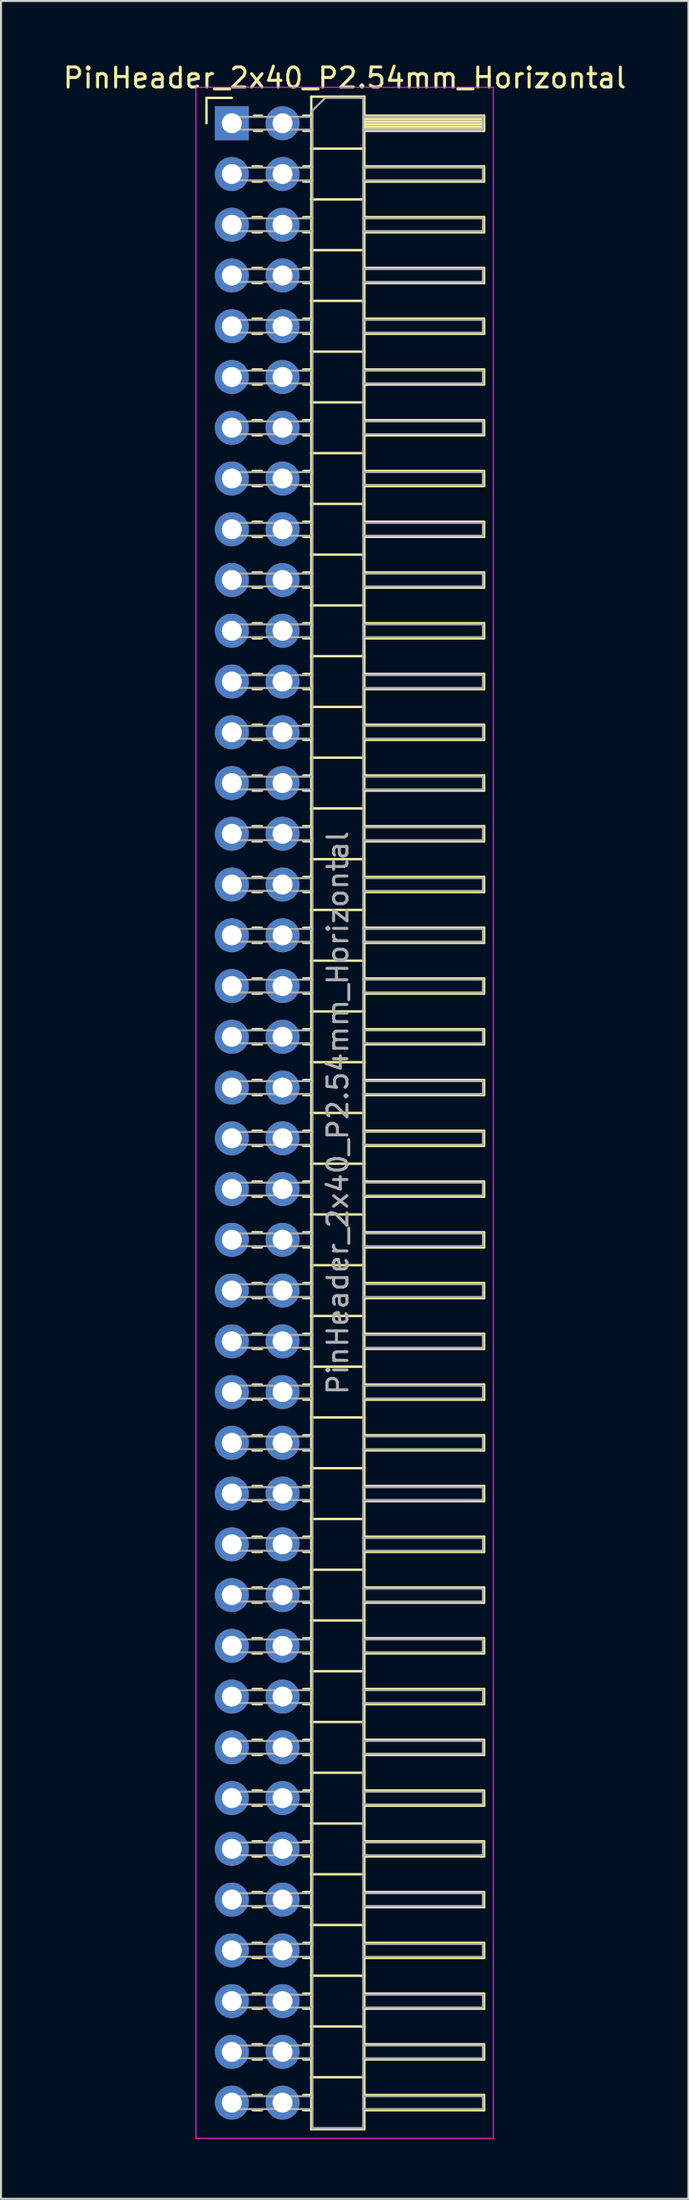
<source format=kicad_pcb>
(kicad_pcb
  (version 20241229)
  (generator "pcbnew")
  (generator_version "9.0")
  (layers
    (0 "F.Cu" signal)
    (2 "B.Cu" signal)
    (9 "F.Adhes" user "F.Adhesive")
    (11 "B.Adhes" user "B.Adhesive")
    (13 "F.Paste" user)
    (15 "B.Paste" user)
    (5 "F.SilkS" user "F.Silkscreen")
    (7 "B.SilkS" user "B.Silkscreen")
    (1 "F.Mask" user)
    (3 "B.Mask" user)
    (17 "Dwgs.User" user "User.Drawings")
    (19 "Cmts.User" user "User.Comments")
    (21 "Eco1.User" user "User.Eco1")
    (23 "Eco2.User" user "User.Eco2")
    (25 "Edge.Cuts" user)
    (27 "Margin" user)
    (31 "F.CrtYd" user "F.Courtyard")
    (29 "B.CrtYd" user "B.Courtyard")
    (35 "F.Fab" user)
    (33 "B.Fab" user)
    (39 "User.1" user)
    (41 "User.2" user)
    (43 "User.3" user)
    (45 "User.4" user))
  (footprint "PinHeader_2x40_P2.54mm_Horizontal"
    (layer "F.Cu")
    (at 8.565 3.118)
    (property "Reference" "PinHeader_2x40_P2.54mm_Horizontal" (at 5.655 -2.27 0) (layer "F.SilkS") (effects (font (size 1 1) (thickness 0.15))))
    (attr through_hole)
    (fp_line (start -1.27 -1.27) (end 0 -1.27) (stroke (width 0.12) (type solid)) (layer "F.SilkS"))
    (fp_line (start -1.27 0) (end -1.27 -1.27) (stroke (width 0.12) (type solid)) (layer "F.SilkS"))
    (fp_line (start 1.043 2.16) (end 1.497 2.16) (stroke (width 0.12) (type solid)) (layer "F.SilkS"))
    (fp_line (start 1.043 2.92) (end 1.497 2.92) (stroke (width 0.12) (type solid)) (layer "F.SilkS"))
    (fp_line (start 1.043 4.7) (end 1.497 4.7) (stroke (width 0.12) (type solid)) (layer "F.SilkS"))
    (fp_line (start 1.043 5.46) (end 1.497 5.46) (stroke (width 0.12) (type solid)) (layer "F.SilkS"))
    (fp_line (start 1.043 7.24) (end 1.497 7.24) (stroke (width 0.12) (type solid)) (layer "F.SilkS"))
    (fp_line (start 1.043 8) (end 1.497 8) (stroke (width 0.12) (type solid)) (layer "F.SilkS"))
    (fp_line (start 1.043 9.78) (end 1.497 9.78) (stroke (width 0.12) (type solid)) (layer "F.SilkS"))
    (fp_line (start 1.043 10.54) (end 1.497 10.54) (stroke (width 0.12) (type solid)) (layer "F.SilkS"))
    (fp_line (start 1.043 12.32) (end 1.497 12.32) (stroke (width 0.12) (type solid)) (layer "F.SilkS"))
    (fp_line (start 1.043 13.08) (end 1.497 13.08) (stroke (width 0.12) (type solid)) (layer "F.SilkS"))
    (fp_line (start 1.043 14.86) (end 1.497 14.86) (stroke (width 0.12) (type solid)) (layer "F.SilkS"))
    (fp_line (start 1.043 15.62) (end 1.497 15.62) (stroke (width 0.12) (type solid)) (layer "F.SilkS"))
    (fp_line (start 1.043 17.4) (end 1.497 17.4) (stroke (width 0.12) (type solid)) (layer "F.SilkS"))
    (fp_line (start 1.043 18.16) (end 1.497 18.16) (stroke (width 0.12) (type solid)) (layer "F.SilkS"))
    (fp_line (start 1.043 19.94) (end 1.497 19.94) (stroke (width 0.12) (type solid)) (layer "F.SilkS"))
    (fp_line (start 1.043 20.7) (end 1.497 20.7) (stroke (width 0.12) (type solid)) (layer "F.SilkS"))
    (fp_line (start 1.043 22.48) (end 1.497 22.48) (stroke (width 0.12) (type solid)) (layer "F.SilkS"))
    (fp_line (start 1.043 23.24) (end 1.497 23.24) (stroke (width 0.12) (type solid)) (layer "F.SilkS"))
    (fp_line (start 1.043 25.02) (end 1.497 25.02) (stroke (width 0.12) (type solid)) (layer "F.SilkS"))
    (fp_line (start 1.043 25.78) (end 1.497 25.78) (stroke (width 0.12) (type solid)) (layer "F.SilkS"))
    (fp_line (start 1.043 27.56) (end 1.497 27.56) (stroke (width 0.12) (type solid)) (layer "F.SilkS"))
    (fp_line (start 1.043 28.32) (end 1.497 28.32) (stroke (width 0.12) (type solid)) (layer "F.SilkS"))
    (fp_line (start 1.043 30.1) (end 1.497 30.1) (stroke (width 0.12) (type solid)) (layer "F.SilkS"))
    (fp_line (start 1.043 30.86) (end 1.497 30.86) (stroke (width 0.12) (type solid)) (layer "F.SilkS"))
    (fp_line (start 1.043 32.64) (end 1.497 32.64) (stroke (width 0.12) (type solid)) (layer "F.SilkS"))
    (fp_line (start 1.043 33.4) (end 1.497 33.4) (stroke (width 0.12) (type solid)) (layer "F.SilkS"))
    (fp_line (start 1.043 35.18) (end 1.497 35.18) (stroke (width 0.12) (type solid)) (layer "F.SilkS"))
    (fp_line (start 1.043 35.94) (end 1.497 35.94) (stroke (width 0.12) (type solid)) (layer "F.SilkS"))
    (fp_line (start 1.043 37.72) (end 1.497 37.72) (stroke (width 0.12) (type solid)) (layer "F.SilkS"))
    (fp_line (start 1.043 38.48) (end 1.497 38.48) (stroke (width 0.12) (type solid)) (layer "F.SilkS"))
    (fp_line (start 1.043 40.26) (end 1.497 40.26) (stroke (width 0.12) (type solid)) (layer "F.SilkS"))
    (fp_line (start 1.043 41.02) (end 1.497 41.02) (stroke (width 0.12) (type solid)) (layer "F.SilkS"))
    (fp_line (start 1.043 42.8) (end 1.497 42.8) (stroke (width 0.12) (type solid)) (layer "F.SilkS"))
    (fp_line (start 1.043 43.56) (end 1.497 43.56) (stroke (width 0.12) (type solid)) (layer "F.SilkS"))
    (fp_line (start 1.043 45.34) (end 1.497 45.34) (stroke (width 0.12) (type solid)) (layer "F.SilkS"))
    (fp_line (start 1.043 46.1) (end 1.497 46.1) (stroke (width 0.12) (type solid)) (layer "F.SilkS"))
    (fp_line (start 1.043 47.88) (end 1.497 47.88) (stroke (width 0.12) (type solid)) (layer "F.SilkS"))
    (fp_line (start 1.043 48.64) (end 1.497 48.64) (stroke (width 0.12) (type solid)) (layer "F.SilkS"))
    (fp_line (start 1.043 50.42) (end 1.497 50.42) (stroke (width 0.12) (type solid)) (layer "F.SilkS"))
    (fp_line (start 1.043 51.18) (end 1.497 51.18) (stroke (width 0.12) (type solid)) (layer "F.SilkS"))
    (fp_line (start 1.043 52.96) (end 1.497 52.96) (stroke (width 0.12) (type solid)) (layer "F.SilkS"))
    (fp_line (start 1.043 53.72) (end 1.497 53.72) (stroke (width 0.12) (type solid)) (layer "F.SilkS"))
    (fp_line (start 1.043 55.5) (end 1.497 55.5) (stroke (width 0.12) (type solid)) (layer "F.SilkS"))
    (fp_line (start 1.043 56.26) (end 1.497 56.26) (stroke (width 0.12) (type solid)) (layer "F.SilkS"))
    (fp_line (start 1.043 58.04) (end 1.497 58.04) (stroke (width 0.12) (type solid)) (layer "F.SilkS"))
    (fp_line (start 1.043 58.8) (end 1.497 58.8) (stroke (width 0.12) (type solid)) (layer "F.SilkS"))
    (fp_line (start 1.043 60.58) (end 1.497 60.58) (stroke (width 0.12) (type solid)) (layer "F.SilkS"))
    (fp_line (start 1.043 61.34) (end 1.497 61.34) (stroke (width 0.12) (type solid)) (layer "F.SilkS"))
    (fp_line (start 1.043 63.12) (end 1.497 63.12) (stroke (width 0.12) (type solid)) (layer "F.SilkS"))
    (fp_line (start 1.043 63.88) (end 1.497 63.88) (stroke (width 0.12) (type solid)) (layer "F.SilkS"))
    (fp_line (start 1.043 65.66) (end 1.497 65.66) (stroke (width 0.12) (type solid)) (layer "F.SilkS"))
    (fp_line (start 1.043 66.42) (end 1.497 66.42) (stroke (width 0.12) (type solid)) (layer "F.SilkS"))
    (fp_line (start 1.043 68.2) (end 1.497 68.2) (stroke (width 0.12) (type solid)) (layer "F.SilkS"))
    (fp_line (start 1.043 68.96) (end 1.497 68.96) (stroke (width 0.12) (type solid)) (layer "F.SilkS"))
    (fp_line (start 1.043 70.74) (end 1.497 70.74) (stroke (width 0.12) (type solid)) (layer "F.SilkS"))
    (fp_line (start 1.043 71.5) (end 1.497 71.5) (stroke (width 0.12) (type solid)) (layer "F.SilkS"))
    (fp_line (start 1.043 73.28) (end 1.497 73.28) (stroke (width 0.12) (type solid)) (layer "F.SilkS"))
    (fp_line (start 1.043 74.04) (end 1.497 74.04) (stroke (width 0.12) (type solid)) (layer "F.SilkS"))
    (fp_line (start 1.043 75.82) (end 1.497 75.82) (stroke (width 0.12) (type solid)) (layer "F.SilkS"))
    (fp_line (start 1.043 76.58) (end 1.497 76.58) (stroke (width 0.12) (type solid)) (layer "F.SilkS"))
    (fp_line (start 1.043 78.36) (end 1.497 78.36) (stroke (width 0.12) (type solid)) (layer "F.SilkS"))
    (fp_line (start 1.043 79.12) (end 1.497 79.12) (stroke (width 0.12) (type solid)) (layer "F.SilkS"))
    (fp_line (start 1.043 80.9) (end 1.497 80.9) (stroke (width 0.12) (type solid)) (layer "F.SilkS"))
    (fp_line (start 1.043 81.66) (end 1.497 81.66) (stroke (width 0.12) (type solid)) (layer "F.SilkS"))
    (fp_line (start 1.043 83.44) (end 1.497 83.44) (stroke (width 0.12) (type solid)) (layer "F.SilkS"))
    (fp_line (start 1.043 84.2) (end 1.497 84.2) (stroke (width 0.12) (type solid)) (layer "F.SilkS"))
    (fp_line (start 1.043 85.98) (end 1.497 85.98) (stroke (width 0.12) (type solid)) (layer "F.SilkS"))
    (fp_line (start 1.043 86.74) (end 1.497 86.74) (stroke (width 0.12) (type solid)) (layer "F.SilkS"))
    (fp_line (start 1.043 88.52) (end 1.497 88.52) (stroke (width 0.12) (type solid)) (layer "F.SilkS"))
    (fp_line (start 1.043 89.28) (end 1.497 89.28) (stroke (width 0.12) (type solid)) (layer "F.SilkS"))
    (fp_line (start 1.043 91.06) (end 1.497 91.06) (stroke (width 0.12) (type solid)) (layer "F.SilkS"))
    (fp_line (start 1.043 91.82) (end 1.497 91.82) (stroke (width 0.12) (type solid)) (layer "F.SilkS"))
    (fp_line (start 1.043 93.6) (end 1.497 93.6) (stroke (width 0.12) (type solid)) (layer "F.SilkS"))
    (fp_line (start 1.043 94.36) (end 1.497 94.36) (stroke (width 0.12) (type solid)) (layer "F.SilkS"))
    (fp_line (start 1.043 96.14) (end 1.497 96.14) (stroke (width 0.12) (type solid)) (layer "F.SilkS"))
    (fp_line (start 1.043 96.9) (end 1.497 96.9) (stroke (width 0.12) (type solid)) (layer "F.SilkS"))
    (fp_line (start 1.043 98.68) (end 1.497 98.68) (stroke (width 0.12) (type solid)) (layer "F.SilkS"))
    (fp_line (start 1.043 99.44) (end 1.497 99.44) (stroke (width 0.12) (type solid)) (layer "F.SilkS"))
    (fp_line (start 1.11 -0.38) (end 1.497 -0.38) (stroke (width 0.12) (type solid)) (layer "F.SilkS"))
    (fp_line (start 1.11 0.38) (end 1.497 0.38) (stroke (width 0.12) (type solid)) (layer "F.SilkS"))
    (fp_line (start 3.583 -0.38) (end 3.98 -0.38) (stroke (width 0.12) (type solid)) (layer "F.SilkS"))
    (fp_line (start 3.583 0.38) (end 3.98 0.38) (stroke (width 0.12) (type solid)) (layer "F.SilkS"))
    (fp_line (start 3.583 2.16) (end 3.98 2.16) (stroke (width 0.12) (type solid)) (layer "F.SilkS"))
    (fp_line (start 3.583 2.92) (end 3.98 2.92) (stroke (width 0.12) (type solid)) (layer "F.SilkS"))
    (fp_line (start 3.583 4.7) (end 3.98 4.7) (stroke (width 0.12) (type solid)) (layer "F.SilkS"))
    (fp_line (start 3.583 5.46) (end 3.98 5.46) (stroke (width 0.12) (type solid)) (layer "F.SilkS"))
    (fp_line (start 3.583 7.24) (end 3.98 7.24) (stroke (width 0.12) (type solid)) (layer "F.SilkS"))
    (fp_line (start 3.583 8) (end 3.98 8) (stroke (width 0.12) (type solid)) (layer "F.SilkS"))
    (fp_line (start 3.583 9.78) (end 3.98 9.78) (stroke (width 0.12) (type solid)) (layer "F.SilkS"))
    (fp_line (start 3.583 10.54) (end 3.98 10.54) (stroke (width 0.12) (type solid)) (layer "F.SilkS"))
    (fp_line (start 3.583 12.32) (end 3.98 12.32) (stroke (width 0.12) (type solid)) (layer "F.SilkS"))
    (fp_line (start 3.583 13.08) (end 3.98 13.08) (stroke (width 0.12) (type solid)) (layer "F.SilkS"))
    (fp_line (start 3.583 14.86) (end 3.98 14.86) (stroke (width 0.12) (type solid)) (layer "F.SilkS"))
    (fp_line (start 3.583 15.62) (end 3.98 15.62) (stroke (width 0.12) (type solid)) (layer "F.SilkS"))
    (fp_line (start 3.583 17.4) (end 3.98 17.4) (stroke (width 0.12) (type solid)) (layer "F.SilkS"))
    (fp_line (start 3.583 18.16) (end 3.98 18.16) (stroke (width 0.12) (type solid)) (layer "F.SilkS"))
    (fp_line (start 3.583 19.94) (end 3.98 19.94) (stroke (width 0.12) (type solid)) (layer "F.SilkS"))
    (fp_line (start 3.583 20.7) (end 3.98 20.7) (stroke (width 0.12) (type solid)) (layer "F.SilkS"))
    (fp_line (start 3.583 22.48) (end 3.98 22.48) (stroke (width 0.12) (type solid)) (layer "F.SilkS"))
    (fp_line (start 3.583 23.24) (end 3.98 23.24) (stroke (width 0.12) (type solid)) (layer "F.SilkS"))
    (fp_line (start 3.583 25.02) (end 3.98 25.02) (stroke (width 0.12) (type solid)) (layer "F.SilkS"))
    (fp_line (start 3.583 25.78) (end 3.98 25.78) (stroke (width 0.12) (type solid)) (layer "F.SilkS"))
    (fp_line (start 3.583 27.56) (end 3.98 27.56) (stroke (width 0.12) (type solid)) (layer "F.SilkS"))
    (fp_line (start 3.583 28.32) (end 3.98 28.32) (stroke (width 0.12) (type solid)) (layer "F.SilkS"))
    (fp_line (start 3.583 30.1) (end 3.98 30.1) (stroke (width 0.12) (type solid)) (layer "F.SilkS"))
    (fp_line (start 3.583 30.86) (end 3.98 30.86) (stroke (width 0.12) (type solid)) (layer "F.SilkS"))
    (fp_line (start 3.583 32.64) (end 3.98 32.64) (stroke (width 0.12) (type solid)) (layer "F.SilkS"))
    (fp_line (start 3.583 33.4) (end 3.98 33.4) (stroke (width 0.12) (type solid)) (layer "F.SilkS"))
    (fp_line (start 3.583 35.18) (end 3.98 35.18) (stroke (width 0.12) (type solid)) (layer "F.SilkS"))
    (fp_line (start 3.583 35.94) (end 3.98 35.94) (stroke (width 0.12) (type solid)) (layer "F.SilkS"))
    (fp_line (start 3.583 37.72) (end 3.98 37.72) (stroke (width 0.12) (type solid)) (layer "F.SilkS"))
    (fp_line (start 3.583 38.48) (end 3.98 38.48) (stroke (width 0.12) (type solid)) (layer "F.SilkS"))
    (fp_line (start 3.583 40.26) (end 3.98 40.26) (stroke (width 0.12) (type solid)) (layer "F.SilkS"))
    (fp_line (start 3.583 41.02) (end 3.98 41.02) (stroke (width 0.12) (type solid)) (layer "F.SilkS"))
    (fp_line (start 3.583 42.8) (end 3.98 42.8) (stroke (width 0.12) (type solid)) (layer "F.SilkS"))
    (fp_line (start 3.583 43.56) (end 3.98 43.56) (stroke (width 0.12) (type solid)) (layer "F.SilkS"))
    (fp_line (start 3.583 45.34) (end 3.98 45.34) (stroke (width 0.12) (type solid)) (layer "F.SilkS"))
    (fp_line (start 3.583 46.1) (end 3.98 46.1) (stroke (width 0.12) (type solid)) (layer "F.SilkS"))
    (fp_line (start 3.583 47.88) (end 3.98 47.88) (stroke (width 0.12) (type solid)) (layer "F.SilkS"))
    (fp_line (start 3.583 48.64) (end 3.98 48.64) (stroke (width 0.12) (type solid)) (layer "F.SilkS"))
    (fp_line (start 3.583 50.42) (end 3.98 50.42) (stroke (width 0.12) (type solid)) (layer "F.SilkS"))
    (fp_line (start 3.583 51.18) (end 3.98 51.18) (stroke (width 0.12) (type solid)) (layer "F.SilkS"))
    (fp_line (start 3.583 52.96) (end 3.98 52.96) (stroke (width 0.12) (type solid)) (layer "F.SilkS"))
    (fp_line (start 3.583 53.72) (end 3.98 53.72) (stroke (width 0.12) (type solid)) (layer "F.SilkS"))
    (fp_line (start 3.583 55.5) (end 3.98 55.5) (stroke (width 0.12) (type solid)) (layer "F.SilkS"))
    (fp_line (start 3.583 56.26) (end 3.98 56.26) (stroke (width 0.12) (type solid)) (layer "F.SilkS"))
    (fp_line (start 3.583 58.04) (end 3.98 58.04) (stroke (width 0.12) (type solid)) (layer "F.SilkS"))
    (fp_line (start 3.583 58.8) (end 3.98 58.8) (stroke (width 0.12) (type solid)) (layer "F.SilkS"))
    (fp_line (start 3.583 60.58) (end 3.98 60.58) (stroke (width 0.12) (type solid)) (layer "F.SilkS"))
    (fp_line (start 3.583 61.34) (end 3.98 61.34) (stroke (width 0.12) (type solid)) (layer "F.SilkS"))
    (fp_line (start 3.583 63.12) (end 3.98 63.12) (stroke (width 0.12) (type solid)) (layer "F.SilkS"))
    (fp_line (start 3.583 63.88) (end 3.98 63.88) (stroke (width 0.12) (type solid)) (layer "F.SilkS"))
    (fp_line (start 3.583 65.66) (end 3.98 65.66) (stroke (width 0.12) (type solid)) (layer "F.SilkS"))
    (fp_line (start 3.583 66.42) (end 3.98 66.42) (stroke (width 0.12) (type solid)) (layer "F.SilkS"))
    (fp_line (start 3.583 68.2) (end 3.98 68.2) (stroke (width 0.12) (type solid)) (layer "F.SilkS"))
    (fp_line (start 3.583 68.96) (end 3.98 68.96) (stroke (width 0.12) (type solid)) (layer "F.SilkS"))
    (fp_line (start 3.583 70.74) (end 3.98 70.74) (stroke (width 0.12) (type solid)) (layer "F.SilkS"))
    (fp_line (start 3.583 71.5) (end 3.98 71.5) (stroke (width 0.12) (type solid)) (layer "F.SilkS"))
    (fp_line (start 3.583 73.28) (end 3.98 73.28) (stroke (width 0.12) (type solid)) (layer "F.SilkS"))
    (fp_line (start 3.583 74.04) (end 3.98 74.04) (stroke (width 0.12) (type solid)) (layer "F.SilkS"))
    (fp_line (start 3.583 75.82) (end 3.98 75.82) (stroke (width 0.12) (type solid)) (layer "F.SilkS"))
    (fp_line (start 3.583 76.58) (end 3.98 76.58) (stroke (width 0.12) (type solid)) (layer "F.SilkS"))
    (fp_line (start 3.583 78.36) (end 3.98 78.36) (stroke (width 0.12) (type solid)) (layer "F.SilkS"))
    (fp_line (start 3.583 79.12) (end 3.98 79.12) (stroke (width 0.12) (type solid)) (layer "F.SilkS"))
    (fp_line (start 3.583 80.9) (end 3.98 80.9) (stroke (width 0.12) (type solid)) (layer "F.SilkS"))
    (fp_line (start 3.583 81.66) (end 3.98 81.66) (stroke (width 0.12) (type solid)) (layer "F.SilkS"))
    (fp_line (start 3.583 83.44) (end 3.98 83.44) (stroke (width 0.12) (type solid)) (layer "F.SilkS"))
    (fp_line (start 3.583 84.2) (end 3.98 84.2) (stroke (width 0.12) (type solid)) (layer "F.SilkS"))
    (fp_line (start 3.583 85.98) (end 3.98 85.98) (stroke (width 0.12) (type solid)) (layer "F.SilkS"))
    (fp_line (start 3.583 86.74) (end 3.98 86.74) (stroke (width 0.12) (type solid)) (layer "F.SilkS"))
    (fp_line (start 3.583 88.52) (end 3.98 88.52) (stroke (width 0.12) (type solid)) (layer "F.SilkS"))
    (fp_line (start 3.583 89.28) (end 3.98 89.28) (stroke (width 0.12) (type solid)) (layer "F.SilkS"))
    (fp_line (start 3.583 91.06) (end 3.98 91.06) (stroke (width 0.12) (type solid)) (layer "F.SilkS"))
    (fp_line (start 3.583 91.82) (end 3.98 91.82) (stroke (width 0.12) (type solid)) (layer "F.SilkS"))
    (fp_line (start 3.583 93.6) (end 3.98 93.6) (stroke (width 0.12) (type solid)) (layer "F.SilkS"))
    (fp_line (start 3.583 94.36) (end 3.98 94.36) (stroke (width 0.12) (type solid)) (layer "F.SilkS"))
    (fp_line (start 3.583 96.14) (end 3.98 96.14) (stroke (width 0.12) (type solid)) (layer "F.SilkS"))
    (fp_line (start 3.583 96.9) (end 3.98 96.9) (stroke (width 0.12) (type solid)) (layer "F.SilkS"))
    (fp_line (start 3.583 98.68) (end 3.98 98.68) (stroke (width 0.12) (type solid)) (layer "F.SilkS"))
    (fp_line (start 3.583 99.44) (end 3.98 99.44) (stroke (width 0.12) (type solid)) (layer "F.SilkS"))
    (fp_line (start 3.98 -1.33) (end 3.98 100.39) (stroke (width 0.12) (type solid)) (layer "F.SilkS"))
    (fp_line (start 3.98 1.27) (end 6.64 1.27) (stroke (width 0.12) (type solid)) (layer "F.SilkS"))
    (fp_line (start 3.98 3.81) (end 6.64 3.81) (stroke (width 0.12) (type solid)) (layer "F.SilkS"))
    (fp_line (start 3.98 6.35) (end 6.64 6.35) (stroke (width 0.12) (type solid)) (layer "F.SilkS"))
    (fp_line (start 3.98 8.89) (end 6.64 8.89) (stroke (width 0.12) (type solid)) (layer "F.SilkS"))
    (fp_line (start 3.98 11.43) (end 6.64 11.43) (stroke (width 0.12) (type solid)) (layer "F.SilkS"))
    (fp_line (start 3.98 13.97) (end 6.64 13.97) (stroke (width 0.12) (type solid)) (layer "F.SilkS"))
    (fp_line (start 3.98 16.51) (end 6.64 16.51) (stroke (width 0.12) (type solid)) (layer "F.SilkS"))
    (fp_line (start 3.98 19.05) (end 6.64 19.05) (stroke (width 0.12) (type solid)) (layer "F.SilkS"))
    (fp_line (start 3.98 21.59) (end 6.64 21.59) (stroke (width 0.12) (type solid)) (layer "F.SilkS"))
    (fp_line (start 3.98 24.13) (end 6.64 24.13) (stroke (width 0.12) (type solid)) (layer "F.SilkS"))
    (fp_line (start 3.98 26.67) (end 6.64 26.67) (stroke (width 0.12) (type solid)) (layer "F.SilkS"))
    (fp_line (start 3.98 29.21) (end 6.64 29.21) (stroke (width 0.12) (type solid)) (layer "F.SilkS"))
    (fp_line (start 3.98 31.75) (end 6.64 31.75) (stroke (width 0.12) (type solid)) (layer "F.SilkS"))
    (fp_line (start 3.98 34.29) (end 6.64 34.29) (stroke (width 0.12) (type solid)) (layer "F.SilkS"))
    (fp_line (start 3.98 36.83) (end 6.64 36.83) (stroke (width 0.12) (type solid)) (layer "F.SilkS"))
    (fp_line (start 3.98 39.37) (end 6.64 39.37) (stroke (width 0.12) (type solid)) (layer "F.SilkS"))
    (fp_line (start 3.98 41.91) (end 6.64 41.91) (stroke (width 0.12) (type solid)) (layer "F.SilkS"))
    (fp_line (start 3.98 44.45) (end 6.64 44.45) (stroke (width 0.12) (type solid)) (layer "F.SilkS"))
    (fp_line (start 3.98 46.99) (end 6.64 46.99) (stroke (width 0.12) (type solid)) (layer "F.SilkS"))
    (fp_line (start 3.98 49.53) (end 6.64 49.53) (stroke (width 0.12) (type solid)) (layer "F.SilkS"))
    (fp_line (start 3.98 52.07) (end 6.64 52.07) (stroke (width 0.12) (type solid)) (layer "F.SilkS"))
    (fp_line (start 3.98 54.61) (end 6.64 54.61) (stroke (width 0.12) (type solid)) (layer "F.SilkS"))
    (fp_line (start 3.98 57.15) (end 6.64 57.15) (stroke (width 0.12) (type solid)) (layer "F.SilkS"))
    (fp_line (start 3.98 59.69) (end 6.64 59.69) (stroke (width 0.12) (type solid)) (layer "F.SilkS"))
    (fp_line (start 3.98 62.23) (end 6.64 62.23) (stroke (width 0.12) (type solid)) (layer "F.SilkS"))
    (fp_line (start 3.98 64.77) (end 6.64 64.77) (stroke (width 0.12) (type solid)) (layer "F.SilkS"))
    (fp_line (start 3.98 67.31) (end 6.64 67.31) (stroke (width 0.12) (type solid)) (layer "F.SilkS"))
    (fp_line (start 3.98 69.85) (end 6.64 69.85) (stroke (width 0.12) (type solid)) (layer "F.SilkS"))
    (fp_line (start 3.98 72.39) (end 6.64 72.39) (stroke (width 0.12) (type solid)) (layer "F.SilkS"))
    (fp_line (start 3.98 74.93) (end 6.64 74.93) (stroke (width 0.12) (type solid)) (layer "F.SilkS"))
    (fp_line (start 3.98 77.47) (end 6.64 77.47) (stroke (width 0.12) (type solid)) (layer "F.SilkS"))
    (fp_line (start 3.98 80.01) (end 6.64 80.01) (stroke (width 0.12) (type solid)) (layer "F.SilkS"))
    (fp_line (start 3.98 82.55) (end 6.64 82.55) (stroke (width 0.12) (type solid)) (layer "F.SilkS"))
    (fp_line (start 3.98 85.09) (end 6.64 85.09) (stroke (width 0.12) (type solid)) (layer "F.SilkS"))
    (fp_line (start 3.98 87.63) (end 6.64 87.63) (stroke (width 0.12) (type solid)) (layer "F.SilkS"))
    (fp_line (start 3.98 90.17) (end 6.64 90.17) (stroke (width 0.12) (type solid)) (layer "F.SilkS"))
    (fp_line (start 3.98 92.71) (end 6.64 92.71) (stroke (width 0.12) (type solid)) (layer "F.SilkS"))
    (fp_line (start 3.98 95.25) (end 6.64 95.25) (stroke (width 0.12) (type solid)) (layer "F.SilkS"))
    (fp_line (start 3.98 97.79) (end 6.64 97.79) (stroke (width 0.12) (type solid)) (layer "F.SilkS"))
    (fp_line (start 3.98 100.39) (end 6.64 100.39) (stroke (width 0.12) (type solid)) (layer "F.SilkS"))
    (fp_line (start 6.64 -1.33) (end 3.98 -1.33) (stroke (width 0.12) (type solid)) (layer "F.SilkS"))
    (fp_line (start 6.64 -0.38) (end 12.64 -0.38) (stroke (width 0.12) (type solid)) (layer "F.SilkS"))
    (fp_line (start 6.64 -0.32) (end 12.64 -0.32) (stroke (width 0.12) (type solid)) (layer "F.SilkS"))
    (fp_line (start 6.64 -0.2) (end 12.64 -0.2) (stroke (width 0.12) (type solid)) (layer "F.SilkS"))
    (fp_line (start 6.64 -0.08) (end 12.64 -0.08) (stroke (width 0.12) (type solid)) (layer "F.SilkS"))
    (fp_line (start 6.64 0.04) (end 12.64 0.04) (stroke (width 0.12) (type solid)) (layer "F.SilkS"))
    (fp_line (start 6.64 0.16) (end 12.64 0.16) (stroke (width 0.12) (type solid)) (layer "F.SilkS"))
    (fp_line (start 6.64 0.28) (end 12.64 0.28) (stroke (width 0.12) (type solid)) (layer "F.SilkS"))
    (fp_line (start 6.64 2.16) (end 12.64 2.16) (stroke (width 0.12) (type solid)) (layer "F.SilkS"))
    (fp_line (start 6.64 4.7) (end 12.64 4.7) (stroke (width 0.12) (type solid)) (layer "F.SilkS"))
    (fp_line (start 6.64 7.24) (end 12.64 7.24) (stroke (width 0.12) (type solid)) (layer "F.SilkS"))
    (fp_line (start 6.64 9.78) (end 12.64 9.78) (stroke (width 0.12) (type solid)) (layer "F.SilkS"))
    (fp_line (start 6.64 12.32) (end 12.64 12.32) (stroke (width 0.12) (type solid)) (layer "F.SilkS"))
    (fp_line (start 6.64 14.86) (end 12.64 14.86) (stroke (width 0.12) (type solid)) (layer "F.SilkS"))
    (fp_line (start 6.64 17.4) (end 12.64 17.4) (stroke (width 0.12) (type solid)) (layer "F.SilkS"))
    (fp_line (start 6.64 19.94) (end 12.64 19.94) (stroke (width 0.12) (type solid)) (layer "F.SilkS"))
    (fp_line (start 6.64 22.48) (end 12.64 22.48) (stroke (width 0.12) (type solid)) (layer "F.SilkS"))
    (fp_line (start 6.64 25.02) (end 12.64 25.02) (stroke (width 0.12) (type solid)) (layer "F.SilkS"))
    (fp_line (start 6.64 27.56) (end 12.64 27.56) (stroke (width 0.12) (type solid)) (layer "F.SilkS"))
    (fp_line (start 6.64 30.1) (end 12.64 30.1) (stroke (width 0.12) (type solid)) (layer "F.SilkS"))
    (fp_line (start 6.64 32.64) (end 12.64 32.64) (stroke (width 0.12) (type solid)) (layer "F.SilkS"))
    (fp_line (start 6.64 35.18) (end 12.64 35.18) (stroke (width 0.12) (type solid)) (layer "F.SilkS"))
    (fp_line (start 6.64 37.72) (end 12.64 37.72) (stroke (width 0.12) (type solid)) (layer "F.SilkS"))
    (fp_line (start 6.64 40.26) (end 12.64 40.26) (stroke (width 0.12) (type solid)) (layer "F.SilkS"))
    (fp_line (start 6.64 42.8) (end 12.64 42.8) (stroke (width 0.12) (type solid)) (layer "F.SilkS"))
    (fp_line (start 6.64 45.34) (end 12.64 45.34) (stroke (width 0.12) (type solid)) (layer "F.SilkS"))
    (fp_line (start 6.64 47.88) (end 12.64 47.88) (stroke (width 0.12) (type solid)) (layer "F.SilkS"))
    (fp_line (start 6.64 50.42) (end 12.64 50.42) (stroke (width 0.12) (type solid)) (layer "F.SilkS"))
    (fp_line (start 6.64 52.96) (end 12.64 52.96) (stroke (width 0.12) (type solid)) (layer "F.SilkS"))
    (fp_line (start 6.64 55.5) (end 12.64 55.5) (stroke (width 0.12) (type solid)) (layer "F.SilkS"))
    (fp_line (start 6.64 58.04) (end 12.64 58.04) (stroke (width 0.12) (type solid)) (layer "F.SilkS"))
    (fp_line (start 6.64 60.58) (end 12.64 60.58) (stroke (width 0.12) (type solid)) (layer "F.SilkS"))
    (fp_line (start 6.64 63.12) (end 12.64 63.12) (stroke (width 0.12) (type solid)) (layer "F.SilkS"))
    (fp_line (start 6.64 65.66) (end 12.64 65.66) (stroke (width 0.12) (type solid)) (layer "F.SilkS"))
    (fp_line (start 6.64 68.2) (end 12.64 68.2) (stroke (width 0.12) (type solid)) (layer "F.SilkS"))
    (fp_line (start 6.64 70.74) (end 12.64 70.74) (stroke (width 0.12) (type solid)) (layer "F.SilkS"))
    (fp_line (start 6.64 73.28) (end 12.64 73.28) (stroke (width 0.12) (type solid)) (layer "F.SilkS"))
    (fp_line (start 6.64 75.82) (end 12.64 75.82) (stroke (width 0.12) (type solid)) (layer "F.SilkS"))
    (fp_line (start 6.64 78.36) (end 12.64 78.36) (stroke (width 0.12) (type solid)) (layer "F.SilkS"))
    (fp_line (start 6.64 80.9) (end 12.64 80.9) (stroke (width 0.12) (type solid)) (layer "F.SilkS"))
    (fp_line (start 6.64 83.44) (end 12.64 83.44) (stroke (width 0.12) (type solid)) (layer "F.SilkS"))
    (fp_line (start 6.64 85.98) (end 12.64 85.98) (stroke (width 0.12) (type solid)) (layer "F.SilkS"))
    (fp_line (start 6.64 88.52) (end 12.64 88.52) (stroke (width 0.12) (type solid)) (layer "F.SilkS"))
    (fp_line (start 6.64 91.06) (end 12.64 91.06) (stroke (width 0.12) (type solid)) (layer "F.SilkS"))
    (fp_line (start 6.64 93.6) (end 12.64 93.6) (stroke (width 0.12) (type solid)) (layer "F.SilkS"))
    (fp_line (start 6.64 96.14) (end 12.64 96.14) (stroke (width 0.12) (type solid)) (layer "F.SilkS"))
    (fp_line (start 6.64 98.68) (end 12.64 98.68) (stroke (width 0.12) (type solid)) (layer "F.SilkS"))
    (fp_line (start 6.64 100.39) (end 6.64 -1.33) (stroke (width 0.12) (type solid)) (layer "F.SilkS"))
    (fp_line (start 12.64 -0.38) (end 12.64 0.38) (stroke (width 0.12) (type solid)) (layer "F.SilkS"))
    (fp_line (start 12.64 0.38) (end 6.64 0.38) (stroke (width 0.12) (type solid)) (layer "F.SilkS"))
    (fp_line (start 12.64 2.16) (end 12.64 2.92) (stroke (width 0.12) (type solid)) (layer "F.SilkS"))
    (fp_line (start 12.64 2.92) (end 6.64 2.92) (stroke (width 0.12) (type solid)) (layer "F.SilkS"))
    (fp_line (start 12.64 4.7) (end 12.64 5.46) (stroke (width 0.12) (type solid)) (layer "F.SilkS"))
    (fp_line (start 12.64 5.46) (end 6.64 5.46) (stroke (width 0.12) (type solid)) (layer "F.SilkS"))
    (fp_line (start 12.64 7.24) (end 12.64 8) (stroke (width 0.12) (type solid)) (layer "F.SilkS"))
    (fp_line (start 12.64 8) (end 6.64 8) (stroke (width 0.12) (type solid)) (layer "F.SilkS"))
    (fp_line (start 12.64 9.78) (end 12.64 10.54) (stroke (width 0.12) (type solid)) (layer "F.SilkS"))
    (fp_line (start 12.64 10.54) (end 6.64 10.54) (stroke (width 0.12) (type solid)) (layer "F.SilkS"))
    (fp_line (start 12.64 12.32) (end 12.64 13.08) (stroke (width 0.12) (type solid)) (layer "F.SilkS"))
    (fp_line (start 12.64 13.08) (end 6.64 13.08) (stroke (width 0.12) (type solid)) (layer "F.SilkS"))
    (fp_line (start 12.64 14.86) (end 12.64 15.62) (stroke (width 0.12) (type solid)) (layer "F.SilkS"))
    (fp_line (start 12.64 15.62) (end 6.64 15.62) (stroke (width 0.12) (type solid)) (layer "F.SilkS"))
    (fp_line (start 12.64 17.4) (end 12.64 18.16) (stroke (width 0.12) (type solid)) (layer "F.SilkS"))
    (fp_line (start 12.64 18.16) (end 6.64 18.16) (stroke (width 0.12) (type solid)) (layer "F.SilkS"))
    (fp_line (start 12.64 19.94) (end 12.64 20.7) (stroke (width 0.12) (type solid)) (layer "F.SilkS"))
    (fp_line (start 12.64 20.7) (end 6.64 20.7) (stroke (width 0.12) (type solid)) (layer "F.SilkS"))
    (fp_line (start 12.64 22.48) (end 12.64 23.24) (stroke (width 0.12) (type solid)) (layer "F.SilkS"))
    (fp_line (start 12.64 23.24) (end 6.64 23.24) (stroke (width 0.12) (type solid)) (layer "F.SilkS"))
    (fp_line (start 12.64 25.02) (end 12.64 25.78) (stroke (width 0.12) (type solid)) (layer "F.SilkS"))
    (fp_line (start 12.64 25.78) (end 6.64 25.78) (stroke (width 0.12) (type solid)) (layer "F.SilkS"))
    (fp_line (start 12.64 27.56) (end 12.64 28.32) (stroke (width 0.12) (type solid)) (layer "F.SilkS"))
    (fp_line (start 12.64 28.32) (end 6.64 28.32) (stroke (width 0.12) (type solid)) (layer "F.SilkS"))
    (fp_line (start 12.64 30.1) (end 12.64 30.86) (stroke (width 0.12) (type solid)) (layer "F.SilkS"))
    (fp_line (start 12.64 30.86) (end 6.64 30.86) (stroke (width 0.12) (type solid)) (layer "F.SilkS"))
    (fp_line (start 12.64 32.64) (end 12.64 33.4) (stroke (width 0.12) (type solid)) (layer "F.SilkS"))
    (fp_line (start 12.64 33.4) (end 6.64 33.4) (stroke (width 0.12) (type solid)) (layer "F.SilkS"))
    (fp_line (start 12.64 35.18) (end 12.64 35.94) (stroke (width 0.12) (type solid)) (layer "F.SilkS"))
    (fp_line (start 12.64 35.94) (end 6.64 35.94) (stroke (width 0.12) (type solid)) (layer "F.SilkS"))
    (fp_line (start 12.64 37.72) (end 12.64 38.48) (stroke (width 0.12) (type solid)) (layer "F.SilkS"))
    (fp_line (start 12.64 38.48) (end 6.64 38.48) (stroke (width 0.12) (type solid)) (layer "F.SilkS"))
    (fp_line (start 12.64 40.26) (end 12.64 41.02) (stroke (width 0.12) (type solid)) (layer "F.SilkS"))
    (fp_line (start 12.64 41.02) (end 6.64 41.02) (stroke (width 0.12) (type solid)) (layer "F.SilkS"))
    (fp_line (start 12.64 42.8) (end 12.64 43.56) (stroke (width 0.12) (type solid)) (layer "F.SilkS"))
    (fp_line (start 12.64 43.56) (end 6.64 43.56) (stroke (width 0.12) (type solid)) (layer "F.SilkS"))
    (fp_line (start 12.64 45.34) (end 12.64 46.1) (stroke (width 0.12) (type solid)) (layer "F.SilkS"))
    (fp_line (start 12.64 46.1) (end 6.64 46.1) (stroke (width 0.12) (type solid)) (layer "F.SilkS"))
    (fp_line (start 12.64 47.88) (end 12.64 48.64) (stroke (width 0.12) (type solid)) (layer "F.SilkS"))
    (fp_line (start 12.64 48.64) (end 6.64 48.64) (stroke (width 0.12) (type solid)) (layer "F.SilkS"))
    (fp_line (start 12.64 50.42) (end 12.64 51.18) (stroke (width 0.12) (type solid)) (layer "F.SilkS"))
    (fp_line (start 12.64 51.18) (end 6.64 51.18) (stroke (width 0.12) (type solid)) (layer "F.SilkS"))
    (fp_line (start 12.64 52.96) (end 12.64 53.72) (stroke (width 0.12) (type solid)) (layer "F.SilkS"))
    (fp_line (start 12.64 53.72) (end 6.64 53.72) (stroke (width 0.12) (type solid)) (layer "F.SilkS"))
    (fp_line (start 12.64 55.5) (end 12.64 56.26) (stroke (width 0.12) (type solid)) (layer "F.SilkS"))
    (fp_line (start 12.64 56.26) (end 6.64 56.26) (stroke (width 0.12) (type solid)) (layer "F.SilkS"))
    (fp_line (start 12.64 58.04) (end 12.64 58.8) (stroke (width 0.12) (type solid)) (layer "F.SilkS"))
    (fp_line (start 12.64 58.8) (end 6.64 58.8) (stroke (width 0.12) (type solid)) (layer "F.SilkS"))
    (fp_line (start 12.64 60.58) (end 12.64 61.34) (stroke (width 0.12) (type solid)) (layer "F.SilkS"))
    (fp_line (start 12.64 61.34) (end 6.64 61.34) (stroke (width 0.12) (type solid)) (layer "F.SilkS"))
    (fp_line (start 12.64 63.12) (end 12.64 63.88) (stroke (width 0.12) (type solid)) (layer "F.SilkS"))
    (fp_line (start 12.64 63.88) (end 6.64 63.88) (stroke (width 0.12) (type solid)) (layer "F.SilkS"))
    (fp_line (start 12.64 65.66) (end 12.64 66.42) (stroke (width 0.12) (type solid)) (layer "F.SilkS"))
    (fp_line (start 12.64 66.42) (end 6.64 66.42) (stroke (width 0.12) (type solid)) (layer "F.SilkS"))
    (fp_line (start 12.64 68.2) (end 12.64 68.96) (stroke (width 0.12) (type solid)) (layer "F.SilkS"))
    (fp_line (start 12.64 68.96) (end 6.64 68.96) (stroke (width 0.12) (type solid)) (layer "F.SilkS"))
    (fp_line (start 12.64 70.74) (end 12.64 71.5) (stroke (width 0.12) (type solid)) (layer "F.SilkS"))
    (fp_line (start 12.64 71.5) (end 6.64 71.5) (stroke (width 0.12) (type solid)) (layer "F.SilkS"))
    (fp_line (start 12.64 73.28) (end 12.64 74.04) (stroke (width 0.12) (type solid)) (layer "F.SilkS"))
    (fp_line (start 12.64 74.04) (end 6.64 74.04) (stroke (width 0.12) (type solid)) (layer "F.SilkS"))
    (fp_line (start 12.64 75.82) (end 12.64 76.58) (stroke (width 0.12) (type solid)) (layer "F.SilkS"))
    (fp_line (start 12.64 76.58) (end 6.64 76.58) (stroke (width 0.12) (type solid)) (layer "F.SilkS"))
    (fp_line (start 12.64 78.36) (end 12.64 79.12) (stroke (width 0.12) (type solid)) (layer "F.SilkS"))
    (fp_line (start 12.64 79.12) (end 6.64 79.12) (stroke (width 0.12) (type solid)) (layer "F.SilkS"))
    (fp_line (start 12.64 80.9) (end 12.64 81.66) (stroke (width 0.12) (type solid)) (layer "F.SilkS"))
    (fp_line (start 12.64 81.66) (end 6.64 81.66) (stroke (width 0.12) (type solid)) (layer "F.SilkS"))
    (fp_line (start 12.64 83.44) (end 12.64 84.2) (stroke (width 0.12) (type solid)) (layer "F.SilkS"))
    (fp_line (start 12.64 84.2) (end 6.64 84.2) (stroke (width 0.12) (type solid)) (layer "F.SilkS"))
    (fp_line (start 12.64 85.98) (end 12.64 86.74) (stroke (width 0.12) (type solid)) (layer "F.SilkS"))
    (fp_line (start 12.64 86.74) (end 6.64 86.74) (stroke (width 0.12) (type solid)) (layer "F.SilkS"))
    (fp_line (start 12.64 88.52) (end 12.64 89.28) (stroke (width 0.12) (type solid)) (layer "F.SilkS"))
    (fp_line (start 12.64 89.28) (end 6.64 89.28) (stroke (width 0.12) (type solid)) (layer "F.SilkS"))
    (fp_line (start 12.64 91.06) (end 12.64 91.82) (stroke (width 0.12) (type solid)) (layer "F.SilkS"))
    (fp_line (start 12.64 91.82) (end 6.64 91.82) (stroke (width 0.12) (type solid)) (layer "F.SilkS"))
    (fp_line (start 12.64 93.6) (end 12.64 94.36) (stroke (width 0.12) (type solid)) (layer "F.SilkS"))
    (fp_line (start 12.64 94.36) (end 6.64 94.36) (stroke (width 0.12) (type solid)) (layer "F.SilkS"))
    (fp_line (start 12.64 96.14) (end 12.64 96.9) (stroke (width 0.12) (type solid)) (layer "F.SilkS"))
    (fp_line (start 12.64 96.9) (end 6.64 96.9) (stroke (width 0.12) (type solid)) (layer "F.SilkS"))
    (fp_line (start 12.64 98.68) (end 12.64 99.44) (stroke (width 0.12) (type solid)) (layer "F.SilkS"))
    (fp_line (start 12.64 99.44) (end 6.64 99.44) (stroke (width 0.12) (type solid)) (layer "F.SilkS"))
    (fp_line (start -1.8 -1.8) (end -1.8 100.85) (stroke (width 0.05) (type solid)) (layer "F.CrtYd"))
    (fp_line (start -1.8 100.85) (end 13.1 100.85) (stroke (width 0.05) (type solid)) (layer "F.CrtYd"))
    (fp_line (start 13.1 -1.8) (end -1.8 -1.8) (stroke (width 0.05) (type solid)) (layer "F.CrtYd"))
    (fp_line (start 13.1 100.85) (end 13.1 -1.8) (stroke (width 0.05) (type solid)) (layer "F.CrtYd"))
    (fp_line (start -0.32 -0.32) (end -0.32 0.32) (stroke (width 0.1) (type solid)) (layer "F.Fab"))
    (fp_line (start -0.32 -0.32) (end 4.04 -0.32) (stroke (width 0.1) (type solid)) (layer "F.Fab"))
    (fp_line (start -0.32 0.32) (end 4.04 0.32) (stroke (width 0.1) (type solid)) (layer "F.Fab"))
    (fp_line (start -0.32 2.22) (end -0.32 2.86) (stroke (width 0.1) (type solid)) (layer "F.Fab"))
    (fp_line (start -0.32 2.22) (end 4.04 2.22) (stroke (width 0.1) (type solid)) (layer "F.Fab"))
    (fp_line (start -0.32 2.86) (end 4.04 2.86) (stroke (width 0.1) (type solid)) (layer "F.Fab"))
    (fp_line (start -0.32 4.76) (end -0.32 5.4) (stroke (width 0.1) (type solid)) (layer "F.Fab"))
    (fp_line (start -0.32 4.76) (end 4.04 4.76) (stroke (width 0.1) (type solid)) (layer "F.Fab"))
    (fp_line (start -0.32 5.4) (end 4.04 5.4) (stroke (width 0.1) (type solid)) (layer "F.Fab"))
    (fp_line (start -0.32 7.3) (end -0.32 7.94) (stroke (width 0.1) (type solid)) (layer "F.Fab"))
    (fp_line (start -0.32 7.3) (end 4.04 7.3) (stroke (width 0.1) (type solid)) (layer "F.Fab"))
    (fp_line (start -0.32 7.94) (end 4.04 7.94) (stroke (width 0.1) (type solid)) (layer "F.Fab"))
    (fp_line (start -0.32 9.84) (end -0.32 10.48) (stroke (width 0.1) (type solid)) (layer "F.Fab"))
    (fp_line (start -0.32 9.84) (end 4.04 9.84) (stroke (width 0.1) (type solid)) (layer "F.Fab"))
    (fp_line (start -0.32 10.48) (end 4.04 10.48) (stroke (width 0.1) (type solid)) (layer "F.Fab"))
    (fp_line (start -0.32 12.38) (end -0.32 13.02) (stroke (width 0.1) (type solid)) (layer "F.Fab"))
    (fp_line (start -0.32 12.38) (end 4.04 12.38) (stroke (width 0.1) (type solid)) (layer "F.Fab"))
    (fp_line (start -0.32 13.02) (end 4.04 13.02) (stroke (width 0.1) (type solid)) (layer "F.Fab"))
    (fp_line (start -0.32 14.92) (end -0.32 15.56) (stroke (width 0.1) (type solid)) (layer "F.Fab"))
    (fp_line (start -0.32 14.92) (end 4.04 14.92) (stroke (width 0.1) (type solid)) (layer "F.Fab"))
    (fp_line (start -0.32 15.56) (end 4.04 15.56) (stroke (width 0.1) (type solid)) (layer "F.Fab"))
    (fp_line (start -0.32 17.46) (end -0.32 18.1) (stroke (width 0.1) (type solid)) (layer "F.Fab"))
    (fp_line (start -0.32 17.46) (end 4.04 17.46) (stroke (width 0.1) (type solid)) (layer "F.Fab"))
    (fp_line (start -0.32 18.1) (end 4.04 18.1) (stroke (width 0.1) (type solid)) (layer "F.Fab"))
    (fp_line (start -0.32 20) (end -0.32 20.64) (stroke (width 0.1) (type solid)) (layer "F.Fab"))
    (fp_line (start -0.32 20) (end 4.04 20) (stroke (width 0.1) (type solid)) (layer "F.Fab"))
    (fp_line (start -0.32 20.64) (end 4.04 20.64) (stroke (width 0.1) (type solid)) (layer "F.Fab"))
    (fp_line (start -0.32 22.54) (end -0.32 23.18) (stroke (width 0.1) (type solid)) (layer "F.Fab"))
    (fp_line (start -0.32 22.54) (end 4.04 22.54) (stroke (width 0.1) (type solid)) (layer "F.Fab"))
    (fp_line (start -0.32 23.18) (end 4.04 23.18) (stroke (width 0.1) (type solid)) (layer "F.Fab"))
    (fp_line (start -0.32 25.08) (end -0.32 25.72) (stroke (width 0.1) (type solid)) (layer "F.Fab"))
    (fp_line (start -0.32 25.08) (end 4.04 25.08) (stroke (width 0.1) (type solid)) (layer "F.Fab"))
    (fp_line (start -0.32 25.72) (end 4.04 25.72) (stroke (width 0.1) (type solid)) (layer "F.Fab"))
    (fp_line (start -0.32 27.62) (end -0.32 28.26) (stroke (width 0.1) (type solid)) (layer "F.Fab"))
    (fp_line (start -0.32 27.62) (end 4.04 27.62) (stroke (width 0.1) (type solid)) (layer "F.Fab"))
    (fp_line (start -0.32 28.26) (end 4.04 28.26) (stroke (width 0.1) (type solid)) (layer "F.Fab"))
    (fp_line (start -0.32 30.16) (end -0.32 30.8) (stroke (width 0.1) (type solid)) (layer "F.Fab"))
    (fp_line (start -0.32 30.16) (end 4.04 30.16) (stroke (width 0.1) (type solid)) (layer "F.Fab"))
    (fp_line (start -0.32 30.8) (end 4.04 30.8) (stroke (width 0.1) (type solid)) (layer "F.Fab"))
    (fp_line (start -0.32 32.7) (end -0.32 33.34) (stroke (width 0.1) (type solid)) (layer "F.Fab"))
    (fp_line (start -0.32 32.7) (end 4.04 32.7) (stroke (width 0.1) (type solid)) (layer "F.Fab"))
    (fp_line (start -0.32 33.34) (end 4.04 33.34) (stroke (width 0.1) (type solid)) (layer "F.Fab"))
    (fp_line (start -0.32 35.24) (end -0.32 35.88) (stroke (width 0.1) (type solid)) (layer "F.Fab"))
    (fp_line (start -0.32 35.24) (end 4.04 35.24) (stroke (width 0.1) (type solid)) (layer "F.Fab"))
    (fp_line (start -0.32 35.88) (end 4.04 35.88) (stroke (width 0.1) (type solid)) (layer "F.Fab"))
    (fp_line (start -0.32 37.78) (end -0.32 38.42) (stroke (width 0.1) (type solid)) (layer "F.Fab"))
    (fp_line (start -0.32 37.78) (end 4.04 37.78) (stroke (width 0.1) (type solid)) (layer "F.Fab"))
    (fp_line (start -0.32 38.42) (end 4.04 38.42) (stroke (width 0.1) (type solid)) (layer "F.Fab"))
    (fp_line (start -0.32 40.32) (end -0.32 40.96) (stroke (width 0.1) (type solid)) (layer "F.Fab"))
    (fp_line (start -0.32 40.32) (end 4.04 40.32) (stroke (width 0.1) (type solid)) (layer "F.Fab"))
    (fp_line (start -0.32 40.96) (end 4.04 40.96) (stroke (width 0.1) (type solid)) (layer "F.Fab"))
    (fp_line (start -0.32 42.86) (end -0.32 43.5) (stroke (width 0.1) (type solid)) (layer "F.Fab"))
    (fp_line (start -0.32 42.86) (end 4.04 42.86) (stroke (width 0.1) (type solid)) (layer "F.Fab"))
    (fp_line (start -0.32 43.5) (end 4.04 43.5) (stroke (width 0.1) (type solid)) (layer "F.Fab"))
    (fp_line (start -0.32 45.4) (end -0.32 46.04) (stroke (width 0.1) (type solid)) (layer "F.Fab"))
    (fp_line (start -0.32 45.4) (end 4.04 45.4) (stroke (width 0.1) (type solid)) (layer "F.Fab"))
    (fp_line (start -0.32 46.04) (end 4.04 46.04) (stroke (width 0.1) (type solid)) (layer "F.Fab"))
    (fp_line (start -0.32 47.94) (end -0.32 48.58) (stroke (width 0.1) (type solid)) (layer "F.Fab"))
    (fp_line (start -0.32 47.94) (end 4.04 47.94) (stroke (width 0.1) (type solid)) (layer "F.Fab"))
    (fp_line (start -0.32 48.58) (end 4.04 48.58) (stroke (width 0.1) (type solid)) (layer "F.Fab"))
    (fp_line (start -0.32 50.48) (end -0.32 51.12) (stroke (width 0.1) (type solid)) (layer "F.Fab"))
    (fp_line (start -0.32 50.48) (end 4.04 50.48) (stroke (width 0.1) (type solid)) (layer "F.Fab"))
    (fp_line (start -0.32 51.12) (end 4.04 51.12) (stroke (width 0.1) (type solid)) (layer "F.Fab"))
    (fp_line (start -0.32 53.02) (end -0.32 53.66) (stroke (width 0.1) (type solid)) (layer "F.Fab"))
    (fp_line (start -0.32 53.02) (end 4.04 53.02) (stroke (width 0.1) (type solid)) (layer "F.Fab"))
    (fp_line (start -0.32 53.66) (end 4.04 53.66) (stroke (width 0.1) (type solid)) (layer "F.Fab"))
    (fp_line (start -0.32 55.56) (end -0.32 56.2) (stroke (width 0.1) (type solid)) (layer "F.Fab"))
    (fp_line (start -0.32 55.56) (end 4.04 55.56) (stroke (width 0.1) (type solid)) (layer "F.Fab"))
    (fp_line (start -0.32 56.2) (end 4.04 56.2) (stroke (width 0.1) (type solid)) (layer "F.Fab"))
    (fp_line (start -0.32 58.1) (end -0.32 58.74) (stroke (width 0.1) (type solid)) (layer "F.Fab"))
    (fp_line (start -0.32 58.1) (end 4.04 58.1) (stroke (width 0.1) (type solid)) (layer "F.Fab"))
    (fp_line (start -0.32 58.74) (end 4.04 58.74) (stroke (width 0.1) (type solid)) (layer "F.Fab"))
    (fp_line (start -0.32 60.64) (end -0.32 61.28) (stroke (width 0.1) (type solid)) (layer "F.Fab"))
    (fp_line (start -0.32 60.64) (end 4.04 60.64) (stroke (width 0.1) (type solid)) (layer "F.Fab"))
    (fp_line (start -0.32 61.28) (end 4.04 61.28) (stroke (width 0.1) (type solid)) (layer "F.Fab"))
    (fp_line (start -0.32 63.18) (end -0.32 63.82) (stroke (width 0.1) (type solid)) (layer "F.Fab"))
    (fp_line (start -0.32 63.18) (end 4.04 63.18) (stroke (width 0.1) (type solid)) (layer "F.Fab"))
    (fp_line (start -0.32 63.82) (end 4.04 63.82) (stroke (width 0.1) (type solid)) (layer "F.Fab"))
    (fp_line (start -0.32 65.72) (end -0.32 66.36) (stroke (width 0.1) (type solid)) (layer "F.Fab"))
    (fp_line (start -0.32 65.72) (end 4.04 65.72) (stroke (width 0.1) (type solid)) (layer "F.Fab"))
    (fp_line (start -0.32 66.36) (end 4.04 66.36) (stroke (width 0.1) (type solid)) (layer "F.Fab"))
    (fp_line (start -0.32 68.26) (end -0.32 68.9) (stroke (width 0.1) (type solid)) (layer "F.Fab"))
    (fp_line (start -0.32 68.26) (end 4.04 68.26) (stroke (width 0.1) (type solid)) (layer "F.Fab"))
    (fp_line (start -0.32 68.9) (end 4.04 68.9) (stroke (width 0.1) (type solid)) (layer "F.Fab"))
    (fp_line (start -0.32 70.8) (end -0.32 71.44) (stroke (width 0.1) (type solid)) (layer "F.Fab"))
    (fp_line (start -0.32 70.8) (end 4.04 70.8) (stroke (width 0.1) (type solid)) (layer "F.Fab"))
    (fp_line (start -0.32 71.44) (end 4.04 71.44) (stroke (width 0.1) (type solid)) (layer "F.Fab"))
    (fp_line (start -0.32 73.34) (end -0.32 73.98) (stroke (width 0.1) (type solid)) (layer "F.Fab"))
    (fp_line (start -0.32 73.34) (end 4.04 73.34) (stroke (width 0.1) (type solid)) (layer "F.Fab"))
    (fp_line (start -0.32 73.98) (end 4.04 73.98) (stroke (width 0.1) (type solid)) (layer "F.Fab"))
    (fp_line (start -0.32 75.88) (end -0.32 76.52) (stroke (width 0.1) (type solid)) (layer "F.Fab"))
    (fp_line (start -0.32 75.88) (end 4.04 75.88) (stroke (width 0.1) (type solid)) (layer "F.Fab"))
    (fp_line (start -0.32 76.52) (end 4.04 76.52) (stroke (width 0.1) (type solid)) (layer "F.Fab"))
    (fp_line (start -0.32 78.42) (end -0.32 79.06) (stroke (width 0.1) (type solid)) (layer "F.Fab"))
    (fp_line (start -0.32 78.42) (end 4.04 78.42) (stroke (width 0.1) (type solid)) (layer "F.Fab"))
    (fp_line (start -0.32 79.06) (end 4.04 79.06) (stroke (width 0.1) (type solid)) (layer "F.Fab"))
    (fp_line (start -0.32 80.96) (end -0.32 81.6) (stroke (width 0.1) (type solid)) (layer "F.Fab"))
    (fp_line (start -0.32 80.96) (end 4.04 80.96) (stroke (width 0.1) (type solid)) (layer "F.Fab"))
    (fp_line (start -0.32 81.6) (end 4.04 81.6) (stroke (width 0.1) (type solid)) (layer "F.Fab"))
    (fp_line (start -0.32 83.5) (end -0.32 84.14) (stroke (width 0.1) (type solid)) (layer "F.Fab"))
    (fp_line (start -0.32 83.5) (end 4.04 83.5) (stroke (width 0.1) (type solid)) (layer "F.Fab"))
    (fp_line (start -0.32 84.14) (end 4.04 84.14) (stroke (width 0.1) (type solid)) (layer "F.Fab"))
    (fp_line (start -0.32 86.04) (end -0.32 86.68) (stroke (width 0.1) (type solid)) (layer "F.Fab"))
    (fp_line (start -0.32 86.04) (end 4.04 86.04) (stroke (width 0.1) (type solid)) (layer "F.Fab"))
    (fp_line (start -0.32 86.68) (end 4.04 86.68) (stroke (width 0.1) (type solid)) (layer "F.Fab"))
    (fp_line (start -0.32 88.58) (end -0.32 89.22) (stroke (width 0.1) (type solid)) (layer "F.Fab"))
    (fp_line (start -0.32 88.58) (end 4.04 88.58) (stroke (width 0.1) (type solid)) (layer "F.Fab"))
    (fp_line (start -0.32 89.22) (end 4.04 89.22) (stroke (width 0.1) (type solid)) (layer "F.Fab"))
    (fp_line (start -0.32 91.12) (end -0.32 91.76) (stroke (width 0.1) (type solid)) (layer "F.Fab"))
    (fp_line (start -0.32 91.12) (end 4.04 91.12) (stroke (width 0.1) (type solid)) (layer "F.Fab"))
    (fp_line (start -0.32 91.76) (end 4.04 91.76) (stroke (width 0.1) (type solid)) (layer "F.Fab"))
    (fp_line (start -0.32 93.66) (end -0.32 94.3) (stroke (width 0.1) (type solid)) (layer "F.Fab"))
    (fp_line (start -0.32 93.66) (end 4.04 93.66) (stroke (width 0.1) (type solid)) (layer "F.Fab"))
    (fp_line (start -0.32 94.3) (end 4.04 94.3) (stroke (width 0.1) (type solid)) (layer "F.Fab"))
    (fp_line (start -0.32 96.2) (end -0.32 96.84) (stroke (width 0.1) (type solid)) (layer "F.Fab"))
    (fp_line (start -0.32 96.2) (end 4.04 96.2) (stroke (width 0.1) (type solid)) (layer "F.Fab"))
    (fp_line (start -0.32 96.84) (end 4.04 96.84) (stroke (width 0.1) (type solid)) (layer "F.Fab"))
    (fp_line (start -0.32 98.74) (end -0.32 99.38) (stroke (width 0.1) (type solid)) (layer "F.Fab"))
    (fp_line (start -0.32 98.74) (end 4.04 98.74) (stroke (width 0.1) (type solid)) (layer "F.Fab"))
    (fp_line (start -0.32 99.38) (end 4.04 99.38) (stroke (width 0.1) (type solid)) (layer "F.Fab"))
    (fp_line (start 4.04 -0.635) (end 4.675 -1.27) (stroke (width 0.1) (type solid)) (layer "F.Fab"))
    (fp_line (start 4.04 100.33) (end 4.04 -0.635) (stroke (width 0.1) (type solid)) (layer "F.Fab"))
    (fp_line (start 4.675 -1.27) (end 6.58 -1.27) (stroke (width 0.1) (type solid)) (layer "F.Fab"))
    (fp_line (start 6.58 -1.27) (end 6.58 100.33) (stroke (width 0.1) (type solid)) (layer "F.Fab"))
    (fp_line (start 6.58 -0.32) (end 12.58 -0.32) (stroke (width 0.1) (type solid)) (layer "F.Fab"))
    (fp_line (start 6.58 0.32) (end 12.58 0.32) (stroke (width 0.1) (type solid)) (layer "F.Fab"))
    (fp_line (start 6.58 2.22) (end 12.58 2.22) (stroke (width 0.1) (type solid)) (layer "F.Fab"))
    (fp_line (start 6.58 2.86) (end 12.58 2.86) (stroke (width 0.1) (type solid)) (layer "F.Fab"))
    (fp_line (start 6.58 4.76) (end 12.58 4.76) (stroke (width 0.1) (type solid)) (layer "F.Fab"))
    (fp_line (start 6.58 5.4) (end 12.58 5.4) (stroke (width 0.1) (type solid)) (layer "F.Fab"))
    (fp_line (start 6.58 7.3) (end 12.58 7.3) (stroke (width 0.1) (type solid)) (layer "F.Fab"))
    (fp_line (start 6.58 7.94) (end 12.58 7.94) (stroke (width 0.1) (type solid)) (layer "F.Fab"))
    (fp_line (start 6.58 9.84) (end 12.58 9.84) (stroke (width 0.1) (type solid)) (layer "F.Fab"))
    (fp_line (start 6.58 10.48) (end 12.58 10.48) (stroke (width 0.1) (type solid)) (layer "F.Fab"))
    (fp_line (start 6.58 12.38) (end 12.58 12.38) (stroke (width 0.1) (type solid)) (layer "F.Fab"))
    (fp_line (start 6.58 13.02) (end 12.58 13.02) (stroke (width 0.1) (type solid)) (layer "F.Fab"))
    (fp_line (start 6.58 14.92) (end 12.58 14.92) (stroke (width 0.1) (type solid)) (layer "F.Fab"))
    (fp_line (start 6.58 15.56) (end 12.58 15.56) (stroke (width 0.1) (type solid)) (layer "F.Fab"))
    (fp_line (start 6.58 17.46) (end 12.58 17.46) (stroke (width 0.1) (type solid)) (layer "F.Fab"))
    (fp_line (start 6.58 18.1) (end 12.58 18.1) (stroke (width 0.1) (type solid)) (layer "F.Fab"))
    (fp_line (start 6.58 20) (end 12.58 20) (stroke (width 0.1) (type solid)) (layer "F.Fab"))
    (fp_line (start 6.58 20.64) (end 12.58 20.64) (stroke (width 0.1) (type solid)) (layer "F.Fab"))
    (fp_line (start 6.58 22.54) (end 12.58 22.54) (stroke (width 0.1) (type solid)) (layer "F.Fab"))
    (fp_line (start 6.58 23.18) (end 12.58 23.18) (stroke (width 0.1) (type solid)) (layer "F.Fab"))
    (fp_line (start 6.58 25.08) (end 12.58 25.08) (stroke (width 0.1) (type solid)) (layer "F.Fab"))
    (fp_line (start 6.58 25.72) (end 12.58 25.72) (stroke (width 0.1) (type solid)) (layer "F.Fab"))
    (fp_line (start 6.58 27.62) (end 12.58 27.62) (stroke (width 0.1) (type solid)) (layer "F.Fab"))
    (fp_line (start 6.58 28.26) (end 12.58 28.26) (stroke (width 0.1) (type solid)) (layer "F.Fab"))
    (fp_line (start 6.58 30.16) (end 12.58 30.16) (stroke (width 0.1) (type solid)) (layer "F.Fab"))
    (fp_line (start 6.58 30.8) (end 12.58 30.8) (stroke (width 0.1) (type solid)) (layer "F.Fab"))
    (fp_line (start 6.58 32.7) (end 12.58 32.7) (stroke (width 0.1) (type solid)) (layer "F.Fab"))
    (fp_line (start 6.58 33.34) (end 12.58 33.34) (stroke (width 0.1) (type solid)) (layer "F.Fab"))
    (fp_line (start 6.58 35.24) (end 12.58 35.24) (stroke (width 0.1) (type solid)) (layer "F.Fab"))
    (fp_line (start 6.58 35.88) (end 12.58 35.88) (stroke (width 0.1) (type solid)) (layer "F.Fab"))
    (fp_line (start 6.58 37.78) (end 12.58 37.78) (stroke (width 0.1) (type solid)) (layer "F.Fab"))
    (fp_line (start 6.58 38.42) (end 12.58 38.42) (stroke (width 0.1) (type solid)) (layer "F.Fab"))
    (fp_line (start 6.58 40.32) (end 12.58 40.32) (stroke (width 0.1) (type solid)) (layer "F.Fab"))
    (fp_line (start 6.58 40.96) (end 12.58 40.96) (stroke (width 0.1) (type solid)) (layer "F.Fab"))
    (fp_line (start 6.58 42.86) (end 12.58 42.86) (stroke (width 0.1) (type solid)) (layer "F.Fab"))
    (fp_line (start 6.58 43.5) (end 12.58 43.5) (stroke (width 0.1) (type solid)) (layer "F.Fab"))
    (fp_line (start 6.58 45.4) (end 12.58 45.4) (stroke (width 0.1) (type solid)) (layer "F.Fab"))
    (fp_line (start 6.58 46.04) (end 12.58 46.04) (stroke (width 0.1) (type solid)) (layer "F.Fab"))
    (fp_line (start 6.58 47.94) (end 12.58 47.94) (stroke (width 0.1) (type solid)) (layer "F.Fab"))
    (fp_line (start 6.58 48.58) (end 12.58 48.58) (stroke (width 0.1) (type solid)) (layer "F.Fab"))
    (fp_line (start 6.58 50.48) (end 12.58 50.48) (stroke (width 0.1) (type solid)) (layer "F.Fab"))
    (fp_line (start 6.58 51.12) (end 12.58 51.12) (stroke (width 0.1) (type solid)) (layer "F.Fab"))
    (fp_line (start 6.58 53.02) (end 12.58 53.02) (stroke (width 0.1) (type solid)) (layer "F.Fab"))
    (fp_line (start 6.58 53.66) (end 12.58 53.66) (stroke (width 0.1) (type solid)) (layer "F.Fab"))
    (fp_line (start 6.58 55.56) (end 12.58 55.56) (stroke (width 0.1) (type solid)) (layer "F.Fab"))
    (fp_line (start 6.58 56.2) (end 12.58 56.2) (stroke (width 0.1) (type solid)) (layer "F.Fab"))
    (fp_line (start 6.58 58.1) (end 12.58 58.1) (stroke (width 0.1) (type solid)) (layer "F.Fab"))
    (fp_line (start 6.58 58.74) (end 12.58 58.74) (stroke (width 0.1) (type solid)) (layer "F.Fab"))
    (fp_line (start 6.58 60.64) (end 12.58 60.64) (stroke (width 0.1) (type solid)) (layer "F.Fab"))
    (fp_line (start 6.58 61.28) (end 12.58 61.28) (stroke (width 0.1) (type solid)) (layer "F.Fab"))
    (fp_line (start 6.58 63.18) (end 12.58 63.18) (stroke (width 0.1) (type solid)) (layer "F.Fab"))
    (fp_line (start 6.58 63.82) (end 12.58 63.82) (stroke (width 0.1) (type solid)) (layer "F.Fab"))
    (fp_line (start 6.58 65.72) (end 12.58 65.72) (stroke (width 0.1) (type solid)) (layer "F.Fab"))
    (fp_line (start 6.58 66.36) (end 12.58 66.36) (stroke (width 0.1) (type solid)) (layer "F.Fab"))
    (fp_line (start 6.58 68.26) (end 12.58 68.26) (stroke (width 0.1) (type solid)) (layer "F.Fab"))
    (fp_line (start 6.58 68.9) (end 12.58 68.9) (stroke (width 0.1) (type solid)) (layer "F.Fab"))
    (fp_line (start 6.58 70.8) (end 12.58 70.8) (stroke (width 0.1) (type solid)) (layer "F.Fab"))
    (fp_line (start 6.58 71.44) (end 12.58 71.44) (stroke (width 0.1) (type solid)) (layer "F.Fab"))
    (fp_line (start 6.58 73.34) (end 12.58 73.34) (stroke (width 0.1) (type solid)) (layer "F.Fab"))
    (fp_line (start 6.58 73.98) (end 12.58 73.98) (stroke (width 0.1) (type solid)) (layer "F.Fab"))
    (fp_line (start 6.58 75.88) (end 12.58 75.88) (stroke (width 0.1) (type solid)) (layer "F.Fab"))
    (fp_line (start 6.58 76.52) (end 12.58 76.52) (stroke (width 0.1) (type solid)) (layer "F.Fab"))
    (fp_line (start 6.58 78.42) (end 12.58 78.42) (stroke (width 0.1) (type solid)) (layer "F.Fab"))
    (fp_line (start 6.58 79.06) (end 12.58 79.06) (stroke (width 0.1) (type solid)) (layer "F.Fab"))
    (fp_line (start 6.58 80.96) (end 12.58 80.96) (stroke (width 0.1) (type solid)) (layer "F.Fab"))
    (fp_line (start 6.58 81.6) (end 12.58 81.6) (stroke (width 0.1) (type solid)) (layer "F.Fab"))
    (fp_line (start 6.58 83.5) (end 12.58 83.5) (stroke (width 0.1) (type solid)) (layer "F.Fab"))
    (fp_line (start 6.58 84.14) (end 12.58 84.14) (stroke (width 0.1) (type solid)) (layer "F.Fab"))
    (fp_line (start 6.58 86.04) (end 12.58 86.04) (stroke (width 0.1) (type solid)) (layer "F.Fab"))
    (fp_line (start 6.58 86.68) (end 12.58 86.68) (stroke (width 0.1) (type solid)) (layer "F.Fab"))
    (fp_line (start 6.58 88.58) (end 12.58 88.58) (stroke (width 0.1) (type solid)) (layer "F.Fab"))
    (fp_line (start 6.58 89.22) (end 12.58 89.22) (stroke (width 0.1) (type solid)) (layer "F.Fab"))
    (fp_line (start 6.58 91.12) (end 12.58 91.12) (stroke (width 0.1) (type solid)) (layer "F.Fab"))
    (fp_line (start 6.58 91.76) (end 12.58 91.76) (stroke (width 0.1) (type solid)) (layer "F.Fab"))
    (fp_line (start 6.58 93.66) (end 12.58 93.66) (stroke (width 0.1) (type solid)) (layer "F.Fab"))
    (fp_line (start 6.58 94.3) (end 12.58 94.3) (stroke (width 0.1) (type solid)) (layer "F.Fab"))
    (fp_line (start 6.58 96.2) (end 12.58 96.2) (stroke (width 0.1) (type solid)) (layer "F.Fab"))
    (fp_line (start 6.58 96.84) (end 12.58 96.84) (stroke (width 0.1) (type solid)) (layer "F.Fab"))
    (fp_line (start 6.58 98.74) (end 12.58 98.74) (stroke (width 0.1) (type solid)) (layer "F.Fab"))
    (fp_line (start 6.58 99.38) (end 12.58 99.38) (stroke (width 0.1) (type solid)) (layer "F.Fab"))
    (fp_line (start 6.58 100.33) (end 4.04 100.33) (stroke (width 0.1) (type solid)) (layer "F.Fab"))
    (fp_line (start 12.58 -0.32) (end 12.58 0.32) (stroke (width 0.1) (type solid)) (layer "F.Fab"))
    (fp_line (start 12.58 2.22) (end 12.58 2.86) (stroke (width 0.1) (type solid)) (layer "F.Fab"))
    (fp_line (start 12.58 4.76) (end 12.58 5.4) (stroke (width 0.1) (type solid)) (layer "F.Fab"))
    (fp_line (start 12.58 7.3) (end 12.58 7.94) (stroke (width 0.1) (type solid)) (layer "F.Fab"))
    (fp_line (start 12.58 9.84) (end 12.58 10.48) (stroke (width 0.1) (type solid)) (layer "F.Fab"))
    (fp_line (start 12.58 12.38) (end 12.58 13.02) (stroke (width 0.1) (type solid)) (layer "F.Fab"))
    (fp_line (start 12.58 14.92) (end 12.58 15.56) (stroke (width 0.1) (type solid)) (layer "F.Fab"))
    (fp_line (start 12.58 17.46) (end 12.58 18.1) (stroke (width 0.1) (type solid)) (layer "F.Fab"))
    (fp_line (start 12.58 20) (end 12.58 20.64) (stroke (width 0.1) (type solid)) (layer "F.Fab"))
    (fp_line (start 12.58 22.54) (end 12.58 23.18) (stroke (width 0.1) (type solid)) (layer "F.Fab"))
    (fp_line (start 12.58 25.08) (end 12.58 25.72) (stroke (width 0.1) (type solid)) (layer "F.Fab"))
    (fp_line (start 12.58 27.62) (end 12.58 28.26) (stroke (width 0.1) (type solid)) (layer "F.Fab"))
    (fp_line (start 12.58 30.16) (end 12.58 30.8) (stroke (width 0.1) (type solid)) (layer "F.Fab"))
    (fp_line (start 12.58 32.7) (end 12.58 33.34) (stroke (width 0.1) (type solid)) (layer "F.Fab"))
    (fp_line (start 12.58 35.24) (end 12.58 35.88) (stroke (width 0.1) (type solid)) (layer "F.Fab"))
    (fp_line (start 12.58 37.78) (end 12.58 38.42) (stroke (width 0.1) (type solid)) (layer "F.Fab"))
    (fp_line (start 12.58 40.32) (end 12.58 40.96) (stroke (width 0.1) (type solid)) (layer "F.Fab"))
    (fp_line (start 12.58 42.86) (end 12.58 43.5) (stroke (width 0.1) (type solid)) (layer "F.Fab"))
    (fp_line (start 12.58 45.4) (end 12.58 46.04) (stroke (width 0.1) (type solid)) (layer "F.Fab"))
    (fp_line (start 12.58 47.94) (end 12.58 48.58) (stroke (width 0.1) (type solid)) (layer "F.Fab"))
    (fp_line (start 12.58 50.48) (end 12.58 51.12) (stroke (width 0.1) (type solid)) (layer "F.Fab"))
    (fp_line (start 12.58 53.02) (end 12.58 53.66) (stroke (width 0.1) (type solid)) (layer "F.Fab"))
    (fp_line (start 12.58 55.56) (end 12.58 56.2) (stroke (width 0.1) (type solid)) (layer "F.Fab"))
    (fp_line (start 12.58 58.1) (end 12.58 58.74) (stroke (width 0.1) (type solid)) (layer "F.Fab"))
    (fp_line (start 12.58 60.64) (end 12.58 61.28) (stroke (width 0.1) (type solid)) (layer "F.Fab"))
    (fp_line (start 12.58 63.18) (end 12.58 63.82) (stroke (width 0.1) (type solid)) (layer "F.Fab"))
    (fp_line (start 12.58 65.72) (end 12.58 66.36) (stroke (width 0.1) (type solid)) (layer "F.Fab"))
    (fp_line (start 12.58 68.26) (end 12.58 68.9) (stroke (width 0.1) (type solid)) (layer "F.Fab"))
    (fp_line (start 12.58 70.8) (end 12.58 71.44) (stroke (width 0.1) (type solid)) (layer "F.Fab"))
    (fp_line (start 12.58 73.34) (end 12.58 73.98) (stroke (width 0.1) (type solid)) (layer "F.Fab"))
    (fp_line (start 12.58 75.88) (end 12.58 76.52) (stroke (width 0.1) (type solid)) (layer "F.Fab"))
    (fp_line (start 12.58 78.42) (end 12.58 79.06) (stroke (width 0.1) (type solid)) (layer "F.Fab"))
    (fp_line (start 12.58 80.96) (end 12.58 81.6) (stroke (width 0.1) (type solid)) (layer "F.Fab"))
    (fp_line (start 12.58 83.5) (end 12.58 84.14) (stroke (width 0.1) (type solid)) (layer "F.Fab"))
    (fp_line (start 12.58 86.04) (end 12.58 86.68) (stroke (width 0.1) (type solid)) (layer "F.Fab"))
    (fp_line (start 12.58 88.58) (end 12.58 89.22) (stroke (width 0.1) (type solid)) (layer "F.Fab"))
    (fp_line (start 12.58 91.12) (end 12.58 91.76) (stroke (width 0.1) (type solid)) (layer "F.Fab"))
    (fp_line (start 12.58 93.66) (end 12.58 94.3) (stroke (width 0.1) (type solid)) (layer "F.Fab"))
    (fp_line (start 12.58 96.2) (end 12.58 96.84) (stroke (width 0.1) (type solid)) (layer "F.Fab"))
    (fp_line (start 12.58 98.74) (end 12.58 99.38) (stroke (width 0.1) (type solid)) (layer "F.Fab"))
    (fp_text user "${REFERENCE}" (at 5.31 49.53 90) (layer "F.Fab") (effects (font (size 1 1) (thickness 0.15))))
    (pad "1" thru_hole rect (at 0 0) (size 1.7 1.7) (drill 1) (layers "*.Cu" "*.Mask"))
    (pad "2" thru_hole oval (at 2.54 0) (size 1.7 1.7) (drill 1) (layers "*.Cu" "*.Mask"))
    (pad "3" thru_hole oval (at 0 2.54) (size 1.7 1.7) (drill 1) (layers "*.Cu" "*.Mask"))
    (pad "4" thru_hole oval (at 2.54 2.54) (size 1.7 1.7) (drill 1) (layers "*.Cu" "*.Mask"))
    (pad "5" thru_hole oval (at 0 5.08) (size 1.7 1.7) (drill 1) (layers "*.Cu" "*.Mask"))
    (pad "6" thru_hole oval (at 2.54 5.08) (size 1.7 1.7) (drill 1) (layers "*.Cu" "*.Mask"))
    (pad "7" thru_hole oval (at 0 7.62) (size 1.7 1.7) (drill 1) (layers "*.Cu" "*.Mask"))
    (pad "8" thru_hole oval (at 2.54 7.62) (size 1.7 1.7) (drill 1) (layers "*.Cu" "*.Mask"))
    (pad "9" thru_hole oval (at 0 10.16) (size 1.7 1.7) (drill 1) (layers "*.Cu" "*.Mask"))
    (pad "10" thru_hole oval (at 2.54 10.16) (size 1.7 1.7) (drill 1) (layers "*.Cu" "*.Mask"))
    (pad "11" thru_hole oval (at 0 12.7) (size 1.7 1.7) (drill 1) (layers "*.Cu" "*.Mask"))
    (pad "12" thru_hole oval (at 2.54 12.7) (size 1.7 1.7) (drill 1) (layers "*.Cu" "*.Mask"))
    (pad "13" thru_hole oval (at 0 15.24) (size 1.7 1.7) (drill 1) (layers "*.Cu" "*.Mask"))
    (pad "14" thru_hole oval (at 2.54 15.24) (size 1.7 1.7) (drill 1) (layers "*.Cu" "*.Mask"))
    (pad "15" thru_hole oval (at 0 17.78) (size 1.7 1.7) (drill 1) (layers "*.Cu" "*.Mask"))
    (pad "16" thru_hole oval (at 2.54 17.78) (size 1.7 1.7) (drill 1) (layers "*.Cu" "*.Mask"))
    (pad "17" thru_hole oval (at 0 20.32) (size 1.7 1.7) (drill 1) (layers "*.Cu" "*.Mask"))
    (pad "18" thru_hole oval (at 2.54 20.32) (size 1.7 1.7) (drill 1) (layers "*.Cu" "*.Mask"))
    (pad "19" thru_hole oval (at 0 22.86) (size 1.7 1.7) (drill 1) (layers "*.Cu" "*.Mask"))
    (pad "20" thru_hole oval (at 2.54 22.86) (size 1.7 1.7) (drill 1) (layers "*.Cu" "*.Mask"))
    (pad "21" thru_hole oval (at 0 25.4) (size 1.7 1.7) (drill 1) (layers "*.Cu" "*.Mask"))
    (pad "22" thru_hole oval (at 2.54 25.4) (size 1.7 1.7) (drill 1) (layers "*.Cu" "*.Mask"))
    (pad "23" thru_hole oval (at 0 27.94) (size 1.7 1.7) (drill 1) (layers "*.Cu" "*.Mask"))
    (pad "24" thru_hole oval (at 2.54 27.94) (size 1.7 1.7) (drill 1) (layers "*.Cu" "*.Mask"))
    (pad "25" thru_hole oval (at 0 30.48) (size 1.7 1.7) (drill 1) (layers "*.Cu" "*.Mask"))
    (pad "26" thru_hole oval (at 2.54 30.48) (size 1.7 1.7) (drill 1) (layers "*.Cu" "*.Mask"))
    (pad "27" thru_hole oval (at 0 33.02) (size 1.7 1.7) (drill 1) (layers "*.Cu" "*.Mask"))
    (pad "28" thru_hole oval (at 2.54 33.02) (size 1.7 1.7) (drill 1) (layers "*.Cu" "*.Mask"))
    (pad "29" thru_hole oval (at 0 35.56) (size 1.7 1.7) (drill 1) (layers "*.Cu" "*.Mask"))
    (pad "30" thru_hole oval (at 2.54 35.56) (size 1.7 1.7) (drill 1) (layers "*.Cu" "*.Mask"))
    (pad "31" thru_hole oval (at 0 38.1) (size 1.7 1.7) (drill 1) (layers "*.Cu" "*.Mask"))
    (pad "32" thru_hole oval (at 2.54 38.1) (size 1.7 1.7) (drill 1) (layers "*.Cu" "*.Mask"))
    (pad "33" thru_hole oval (at 0 40.64) (size 1.7 1.7) (drill 1) (layers "*.Cu" "*.Mask"))
    (pad "34" thru_hole oval (at 2.54 40.64) (size 1.7 1.7) (drill 1) (layers "*.Cu" "*.Mask"))
    (pad "35" thru_hole oval (at 0 43.18) (size 1.7 1.7) (drill 1) (layers "*.Cu" "*.Mask"))
    (pad "36" thru_hole oval (at 2.54 43.18) (size 1.7 1.7) (drill 1) (layers "*.Cu" "*.Mask"))
    (pad "37" thru_hole oval (at 0 45.72) (size 1.7 1.7) (drill 1) (layers "*.Cu" "*.Mask"))
    (pad "38" thru_hole oval (at 2.54 45.72) (size 1.7 1.7) (drill 1) (layers "*.Cu" "*.Mask"))
    (pad "39" thru_hole oval (at 0 48.26) (size 1.7 1.7) (drill 1) (layers "*.Cu" "*.Mask"))
    (pad "40" thru_hole oval (at 2.54 48.26) (size 1.7 1.7) (drill 1) (layers "*.Cu" "*.Mask"))
    (pad "41" thru_hole oval (at 0 50.8) (size 1.7 1.7) (drill 1) (layers "*.Cu" "*.Mask"))
    (pad "42" thru_hole oval (at 2.54 50.8) (size 1.7 1.7) (drill 1) (layers "*.Cu" "*.Mask"))
    (pad "43" thru_hole oval (at 0 53.34) (size 1.7 1.7) (drill 1) (layers "*.Cu" "*.Mask"))
    (pad "44" thru_hole oval (at 2.54 53.34) (size 1.7 1.7) (drill 1) (layers "*.Cu" "*.Mask"))
    (pad "45" thru_hole oval (at 0 55.88) (size 1.7 1.7) (drill 1) (layers "*.Cu" "*.Mask"))
    (pad "46" thru_hole oval (at 2.54 55.88) (size 1.7 1.7) (drill 1) (layers "*.Cu" "*.Mask"))
    (pad "47" thru_hole oval (at 0 58.42) (size 1.7 1.7) (drill 1) (layers "*.Cu" "*.Mask"))
    (pad "48" thru_hole oval (at 2.54 58.42) (size 1.7 1.7) (drill 1) (layers "*.Cu" "*.Mask"))
    (pad "49" thru_hole oval (at 0 60.96) (size 1.7 1.7) (drill 1) (layers "*.Cu" "*.Mask"))
    (pad "50" thru_hole oval (at 2.54 60.96) (size 1.7 1.7) (drill 1) (layers "*.Cu" "*.Mask"))
    (pad "51" thru_hole oval (at 0 63.5) (size 1.7 1.7) (drill 1) (layers "*.Cu" "*.Mask"))
    (pad "52" thru_hole oval (at 2.54 63.5) (size 1.7 1.7) (drill 1) (layers "*.Cu" "*.Mask"))
    (pad "53" thru_hole oval (at 0 66.04) (size 1.7 1.7) (drill 1) (layers "*.Cu" "*.Mask"))
    (pad "54" thru_hole oval (at 2.54 66.04) (size 1.7 1.7) (drill 1) (layers "*.Cu" "*.Mask"))
    (pad "55" thru_hole oval (at 0 68.58) (size 1.7 1.7) (drill 1) (layers "*.Cu" "*.Mask"))
    (pad "56" thru_hole oval (at 2.54 68.58) (size 1.7 1.7) (drill 1) (layers "*.Cu" "*.Mask"))
    (pad "57" thru_hole oval (at 0 71.12) (size 1.7 1.7) (drill 1) (layers "*.Cu" "*.Mask"))
    (pad "58" thru_hole oval (at 2.54 71.12) (size 1.7 1.7) (drill 1) (layers "*.Cu" "*.Mask"))
    (pad "59" thru_hole oval (at 0 73.66) (size 1.7 1.7) (drill 1) (layers "*.Cu" "*.Mask"))
    (pad "60" thru_hole oval (at 2.54 73.66) (size 1.7 1.7) (drill 1) (layers "*.Cu" "*.Mask"))
    (pad "61" thru_hole oval (at 0 76.2) (size 1.7 1.7) (drill 1) (layers "*.Cu" "*.Mask"))
    (pad "62" thru_hole oval (at 2.54 76.2) (size 1.7 1.7) (drill 1) (layers "*.Cu" "*.Mask"))
    (pad "63" thru_hole oval (at 0 78.74) (size 1.7 1.7) (drill 1) (layers "*.Cu" "*.Mask"))
    (pad "64" thru_hole oval (at 2.54 78.74) (size 1.7 1.7) (drill 1) (layers "*.Cu" "*.Mask"))
    (pad "65" thru_hole oval (at 0 81.28) (size 1.7 1.7) (drill 1) (layers "*.Cu" "*.Mask"))
    (pad "66" thru_hole oval (at 2.54 81.28) (size 1.7 1.7) (drill 1) (layers "*.Cu" "*.Mask"))
    (pad "67" thru_hole oval (at 0 83.82) (size 1.7 1.7) (drill 1) (layers "*.Cu" "*.Mask"))
    (pad "68" thru_hole oval (at 2.54 83.82) (size 1.7 1.7) (drill 1) (layers "*.Cu" "*.Mask"))
    (pad "69" thru_hole oval (at 0 86.36) (size 1.7 1.7) (drill 1) (layers "*.Cu" "*.Mask"))
    (pad "70" thru_hole oval (at 2.54 86.36) (size 1.7 1.7) (drill 1) (layers "*.Cu" "*.Mask"))
    (pad "71" thru_hole oval (at 0 88.9) (size 1.7 1.7) (drill 1) (layers "*.Cu" "*.Mask"))
    (pad "72" thru_hole oval (at 2.54 88.9) (size 1.7 1.7) (drill 1) (layers "*.Cu" "*.Mask"))
    (pad "73" thru_hole oval (at 0 91.44) (size 1.7 1.7) (drill 1) (layers "*.Cu" "*.Mask"))
    (pad "74" thru_hole oval (at 2.54 91.44) (size 1.7 1.7) (drill 1) (layers "*.Cu" "*.Mask"))
    (pad "75" thru_hole oval (at 0 93.98) (size 1.7 1.7) (drill 1) (layers "*.Cu" "*.Mask"))
    (pad "76" thru_hole oval (at 2.54 93.98) (size 1.7 1.7) (drill 1) (layers "*.Cu" "*.Mask"))
    (pad "77" thru_hole oval (at 0 96.52) (size 1.7 1.7) (drill 1) (layers "*.Cu" "*.Mask"))
    (pad "78" thru_hole oval (at 2.54 96.52) (size 1.7 1.7) (drill 1) (layers "*.Cu" "*.Mask"))
    (pad "79" thru_hole oval (at 0 99.06) (size 1.7 1.7) (drill 1) (layers "*.Cu" "*.Mask"))
    (pad "80" thru_hole oval (at 2.54 99.06) (size 1.7 1.7) (drill 1) (layers "*.Cu" "*.Mask")))
  (gr_rect
    (start -3 -3)
    (end 31.44 106.993)
    (stroke (width 0.1) (type default))
    (fill no)
    (layer "Edge.Cuts")))
</source>
